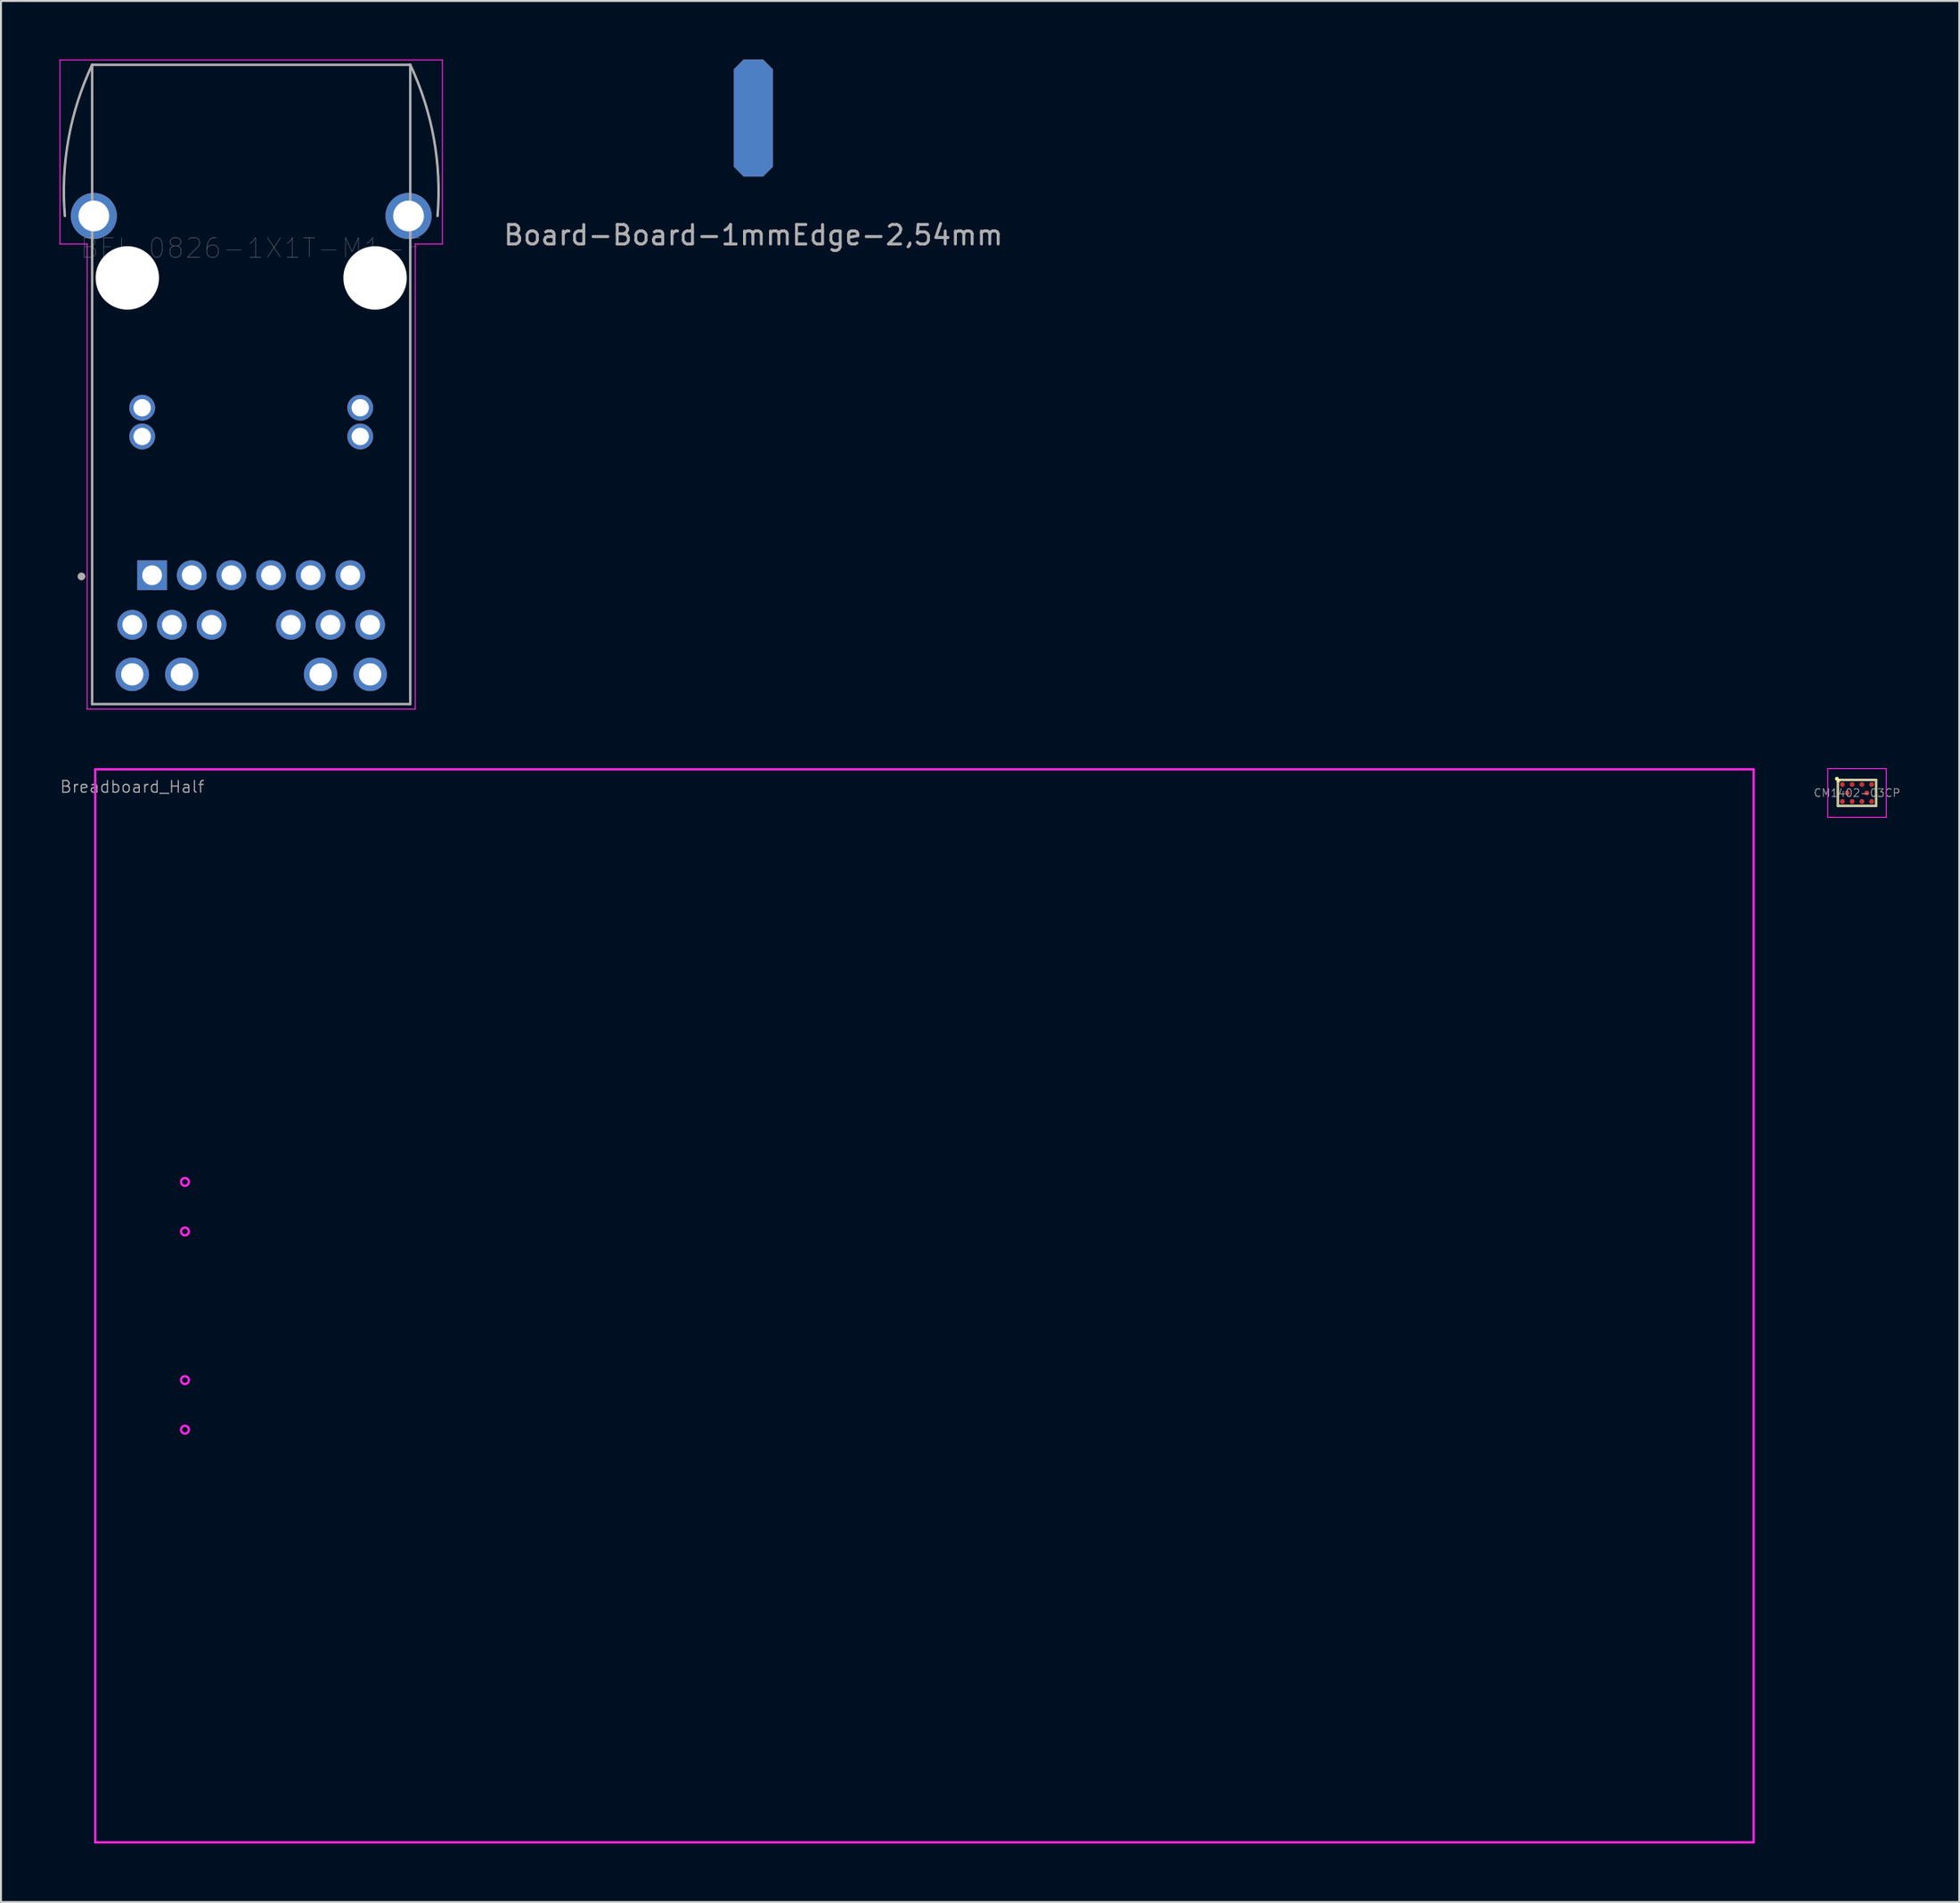
<source format=kicad_pcb>
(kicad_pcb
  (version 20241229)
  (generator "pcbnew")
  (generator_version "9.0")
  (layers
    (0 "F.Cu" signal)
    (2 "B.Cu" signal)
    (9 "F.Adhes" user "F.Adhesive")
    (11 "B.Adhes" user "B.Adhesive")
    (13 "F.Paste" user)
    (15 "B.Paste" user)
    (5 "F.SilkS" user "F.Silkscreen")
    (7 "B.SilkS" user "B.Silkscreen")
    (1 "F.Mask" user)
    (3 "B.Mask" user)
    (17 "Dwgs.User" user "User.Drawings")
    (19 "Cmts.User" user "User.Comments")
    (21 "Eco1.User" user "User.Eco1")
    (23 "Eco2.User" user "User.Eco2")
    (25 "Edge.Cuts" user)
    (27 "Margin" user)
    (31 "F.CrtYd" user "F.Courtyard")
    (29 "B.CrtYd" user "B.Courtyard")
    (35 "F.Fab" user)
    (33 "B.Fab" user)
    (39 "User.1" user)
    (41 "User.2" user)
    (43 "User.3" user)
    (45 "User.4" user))
  (footprint "Board-Board-1mmEdge-2,54mm"
    (layer "F.Cu")
    (at 35.561 3)
    (property "Reference" "Board-Board-1mmEdge-2,54mm" (at 0 6 0) (unlocked yes) (layer "F.Fab") (effects (font (size 1 1) (thickness 0.15))))
    (attr smd)
    (pad "1" smd roundrect (at 0 0 180) (size 2 6) (layers "F.Cu" "F.Mask" "F.Paste") (roundrect_rratio 0) (chamfer_ratio 0.25) (chamfer top_left top_right bottom_left bottom_right))
    (pad "1" smd roundrect (at 0 0 180) (size 2 6) (layers "B.Cu" "B.Mask" "B.Paste") (roundrect_rratio 0) (chamfer_ratio 0.25) (chamfer top_left top_right bottom_left bottom_right)))
  (footprint "Breadboard_Half"
    (layer "F.Cu")
    (at 6.43 63.88)
    (property "Reference" "Breadboard_Half" (at -2.7 -26.6 0) (unlocked yes) (layer "F.Fab") (effects (font (size 0.6 0.6) (thickness 0.06))))
    (attr through_hole)
    (fp_line (start -4.6 -27.5) (end -4.6 27.5) (stroke (width 0.12) (type solid)) (layer "F.CrtYd"))
    (fp_line (start -4.6 -27.5) (end 80.4 -27.5) (stroke (width 0.12) (type solid)) (layer "F.CrtYd"))
    (fp_line (start -4.6 27.5) (end 80.4 27.5) (stroke (width 0.12) (type solid)) (layer "F.CrtYd"))
    (fp_line (start 80.4 -27.5) (end 80.4 27.5) (stroke (width 0.12) (type solid)) (layer "F.CrtYd"))
    (fp_circle (center 0 -6.35) (end 0.2 -6.35) (stroke (width 0.12) (type solid)) (fill no) (layer "F.CrtYd"))
    (fp_circle (center 0 -3.81) (end 0.2 -3.81) (stroke (width 0.12) (type solid)) (fill no) (layer "F.CrtYd"))
    (fp_circle (center 0 3.81) (end 0.2 3.81) (stroke (width 0.12) (type solid)) (fill no) (layer "F.CrtYd"))
    (fp_circle (center 0 6.35) (end 0.2 6.35) (stroke (width 0.12) (type solid)) (fill no) (layer "F.CrtYd")))
  (footprint "BEL_0826-1X1T-M1-F"
    (layer "F.Cu")
    (at 9.825 11.195)
    (property "Reference" "BEL_0826-1X1T-M1-F" (at 0 -1.524 0) (layer "F.Fab") (effects (font (size 1 1) (thickness 0.015))))
    (attr through_hole)
    (fp_line (start -9.8 -11.17) (end 9.8 -11.17) (stroke (width 0.05) (type solid)) (layer "F.CrtYd"))
    (fp_line (start -9.8 -1.74) (end -9.8 -11.17) (stroke (width 0.05) (type solid)) (layer "F.CrtYd"))
    (fp_line (start -8.41 -1.74) (end -9.8 -1.74) (stroke (width 0.05) (type solid)) (layer "F.CrtYd"))
    (fp_line (start -8.41 22.1) (end -8.41 -1.74) (stroke (width 0.05) (type solid)) (layer "F.CrtYd"))
    (fp_line (start 8.41 -1.74) (end 8.41 22.1) (stroke (width 0.05) (type solid)) (layer "F.CrtYd"))
    (fp_line (start 8.41 22.1) (end -8.41 22.1) (stroke (width 0.05) (type solid)) (layer "F.CrtYd"))
    (fp_line (start 9.8 -11.17) (end 9.8 -1.74) (stroke (width 0.05) (type solid)) (layer "F.CrtYd"))
    (fp_line (start 9.8 -1.74) (end 8.41 -1.74) (stroke (width 0.05) (type solid)) (layer "F.CrtYd"))
    (fp_line (start -8.153 -10.922) (end -8.153 21.844) (stroke (width 0.127) (type solid)) (layer "F.Fab"))
    (fp_line (start -8.153 21.844) (end 8.153 21.844) (stroke (width 0.127) (type solid)) (layer "F.Fab"))
    (fp_line (start 8.153 -10.922) (end -8.153 -10.922) (stroke (width 0.127) (type solid)) (layer "F.Fab"))
    (fp_line (start 8.153 21.844) (end 8.153 -10.922) (stroke (width 0.127) (type solid)) (layer "F.Fab"))
    (fp_arc (start -9.5504 -3.175) (mid -9.361856 -7.140459) (end -8.1534 -10.922) (stroke (width 0.127) (type solid)) (layer "F.Fab"))
    (fp_arc (start 8.1534 -10.922) (mid 9.361856 -7.140459) (end 9.5504 -3.175) (stroke (width 0.127) (type solid)) (layer "F.Fab"))
    (fp_circle (center -8.7 15.3) (end -8.6 15.3) (stroke (width 0.2) (type solid)) (fill no) (layer "F.Fab"))
    (pad "" np_thru_hole circle (at -6.35 0) (size 3.251 3.251) (drill 3.251) (layers "*.Cu" "*.Mask"))
    (pad "" np_thru_hole circle (at 6.35 0) (size 3.251 3.251) (drill 3.251) (layers "*.Cu" "*.Mask"))
    (pad "1" thru_hole rect (at -5.08 15.24) (size 1.524 1.524) (drill 1.016) (layers "*.Cu" "*.Mask"))
    (pad "2" thru_hole circle (at -3.048 15.24) (size 1.524 1.524) (drill 1.016) (layers "*.Cu" "*.Mask"))
    (pad "3" thru_hole circle (at -1.016 15.24) (size 1.524 1.524) (drill 1.016) (layers "*.Cu" "*.Mask"))
    (pad "4" thru_hole circle (at 1.016 15.24) (size 1.524 1.524) (drill 1.016) (layers "*.Cu" "*.Mask"))
    (pad "5" thru_hole circle (at 3.048 15.24) (size 1.524 1.524) (drill 1.016) (layers "*.Cu" "*.Mask"))
    (pad "6" thru_hole circle (at 5.08 15.24) (size 1.524 1.524) (drill 1.016) (layers "*.Cu" "*.Mask"))
    (pad "7" thru_hole circle (at -6.096 17.78) (size 1.524 1.524) (drill 1.016) (layers "*.Cu" "*.Mask"))
    (pad "8" thru_hole circle (at -4.064 17.78) (size 1.524 1.524) (drill 1.016) (layers "*.Cu" "*.Mask"))
    (pad "9" thru_hole circle (at -2.032 17.78) (size 1.524 1.524) (drill 1.016) (layers "*.Cu" "*.Mask"))
    (pad "10" thru_hole circle (at 2.032 17.78) (size 1.524 1.524) (drill 1.016) (layers "*.Cu" "*.Mask"))
    (pad "11" thru_hole circle (at 4.064 17.78) (size 1.524 1.524) (drill 1.016) (layers "*.Cu" "*.Mask"))
    (pad "12" thru_hole circle (at 6.096 17.78) (size 1.524 1.524) (drill 1.016) (layers "*.Cu" "*.Mask"))
    (pad "13" thru_hole circle (at -5.588 8.128) (size 1.321 1.321) (drill 0.889) (layers "*.Cu" "*.Mask"))
    (pad "14" thru_hole circle (at 5.588 8.128) (size 1.321 1.321) (drill 0.889) (layers "*.Cu" "*.Mask"))
    (pad "15" thru_hole circle (at -5.588 6.655) (size 1.321 1.321) (drill 0.889) (layers "*.Cu" "*.Mask"))
    (pad "16" thru_hole circle (at 5.588 6.655) (size 1.321 1.321) (drill 0.889) (layers "*.Cu" "*.Mask"))
    (pad "17" thru_hole circle (at -6.096 20.32) (size 1.714 1.714) (drill 1.143) (layers "*.Cu" "*.Mask"))
    (pad "18" thru_hole circle (at -3.556 20.32) (size 1.714 1.714) (drill 1.143) (layers "*.Cu" "*.Mask"))
    (pad "19" thru_hole circle (at 3.556 20.32) (size 1.714 1.714) (drill 1.143) (layers "*.Cu" "*.Mask"))
    (pad "20" thru_hole circle (at 6.096 20.32) (size 1.714 1.714) (drill 1.143) (layers "*.Cu" "*.Mask"))
    (pad "S1" thru_hole circle (at -8.065 -3.175) (size 2.362 2.362) (drill 1.575) (layers "*.Cu" "*.Mask"))
    (pad "S2" thru_hole circle (at 8.065 -3.175) (size 2.362 2.362) (drill 1.575) (layers "*.Cu" "*.Mask")))
  (footprint "CM1402-03CP"
    (layer "F.Cu")
    (at 92.129 37.595)
    (property "Reference" "CM1402-03CP" (at 0 0 0) (layer "F.Fab") (effects (font (size 0.4 0.4) (thickness 0.04))))
    (attr smd)
    (fp_circle (center -0.75 -0.435) (end -0.677 -0.435) (stroke (width 0.145) (type solid)) (fill no) (layer "F.Mask"))
    (fp_circle (center -0.75 0.435) (end -0.677 0.435) (stroke (width 0.145) (type solid)) (fill no) (layer "F.Mask"))
    (fp_circle (center -0.5 0) (end -0.427 0) (stroke (width 0.145) (type solid)) (fill no) (layer "F.Mask"))
    (fp_circle (center -0.25 -0.435) (end -0.177 -0.435) (stroke (width 0.145) (type solid)) (fill no) (layer "F.Mask"))
    (fp_circle (center -0.25 0.435) (end -0.177 0.435) (stroke (width 0.145) (type solid)) (fill no) (layer "F.Mask"))
    (fp_circle (center 0.25 -0.435) (end 0.323 -0.435) (stroke (width 0.145) (type solid)) (fill no) (layer "F.Mask"))
    (fp_circle (center 0.25 0.435) (end 0.323 0.435) (stroke (width 0.145) (type solid)) (fill no) (layer "F.Mask"))
    (fp_circle (center 0.5 0) (end 0.573 0) (stroke (width 0.145) (type solid)) (fill no) (layer "F.Mask"))
    (fp_circle (center 0.75 -0.435) (end 0.823 -0.435) (stroke (width 0.145) (type solid)) (fill no) (layer "F.Mask"))
    (fp_circle (center 0.75 0.435) (end 0.823 0.435) (stroke (width 0.145) (type solid)) (fill no) (layer "F.Mask"))
    (fp_line (start -0.98 0.66) (end -0.98 -0.67) (stroke (width 0.12) (type default)) (layer "F.SilkS"))
    (fp_line (start 0.98 -0.67) (end -0.98 -0.67) (stroke (width 0.12) (type default)) (layer "F.SilkS"))
    (fp_line (start 0.98 -0.67) (end 0.98 0.66) (stroke (width 0.12) (type default)) (layer "F.SilkS"))
    (fp_line (start 0.98 0.66) (end -0.98 0.66) (stroke (width 0.12) (type default)) (layer "F.SilkS"))
    (fp_circle (center -1.03 -0.73) (end -0.98 -0.73) (stroke (width 0.1) (type solid)) (fill no) (layer "F.SilkS"))
    (fp_line (start -1.5 -1.25) (end -1.5 1.25) (stroke (width 0.05) (type solid)) (layer "F.CrtYd"))
    (fp_line (start 1.5 -1.25) (end -1.5 -1.25) (stroke (width 0.05) (type solid)) (layer "F.CrtYd"))
    (fp_line (start 1.5 -1.25) (end 1.5 1.25) (stroke (width 0.05) (type solid)) (layer "F.CrtYd"))
    (fp_line (start 1.5 1.25) (end -1.5 1.25) (stroke (width 0.05) (type solid)) (layer "F.CrtYd"))
    (fp_line (start -0.98 0.665) (end -0.98 -0.5) (stroke (width 0.05) (type solid)) (layer "F.Fab"))
    (fp_line (start -0.8 -0.665) (end -0.98 -0.5) (stroke (width 0.05) (type solid)) (layer "F.Fab"))
    (fp_line (start -0.8 -0.665) (end 0.98 -0.665) (stroke (width 0.05) (type solid)) (layer "F.Fab"))
    (fp_line (start 0.98 -0.665) (end 0.98 0.665) (stroke (width 0.05) (type solid)) (layer "F.Fab"))
    (fp_line (start 0.98 0.665) (end -0.98 0.665) (stroke (width 0.05) (type solid)) (layer "F.Fab"))
    (pad "A1" smd circle (at -0.75 -0.435) (size 0.25 0.25) (layers "F.Cu" "F.Paste"))
    (pad "A2" smd circle (at -0.25 -0.435) (size 0.25 0.25) (layers "F.Cu" "F.Paste"))
    (pad "A3" smd circle (at 0.25 -0.435) (size 0.25 0.25) (layers "F.Cu" "F.Paste"))
    (pad "A4" smd circle (at 0.75 -0.435) (size 0.25 0.25) (layers "F.Cu" "F.Paste"))
    (pad "B1" smd circle (at -0.5 0) (size 0.25 0.25) (layers "F.Cu" "F.Paste"))
    (pad "B2" smd circle (at 0.5 0) (size 0.25 0.25) (layers "F.Cu" "F.Paste"))
    (pad "C1" smd circle (at -0.75 0.435) (size 0.25 0.25) (layers "F.Cu" "F.Paste"))
    (pad "C2" smd circle (at -0.25 0.435) (size 0.25 0.25) (layers "F.Cu" "F.Paste"))
    (pad "C3" smd circle (at 0.25 0.435) (size 0.25 0.25) (layers "F.Cu" "F.Paste"))
    (pad "C4" smd circle (at 0.75 0.435) (size 0.25 0.25) (layers "F.Cu" "F.Paste")))
  (gr_rect
    (start -3 -3)
    (end 97.368 94.44)
    (stroke (width 0.1) (type default))
    (fill no)
    (layer "Edge.Cuts")))
</source>
